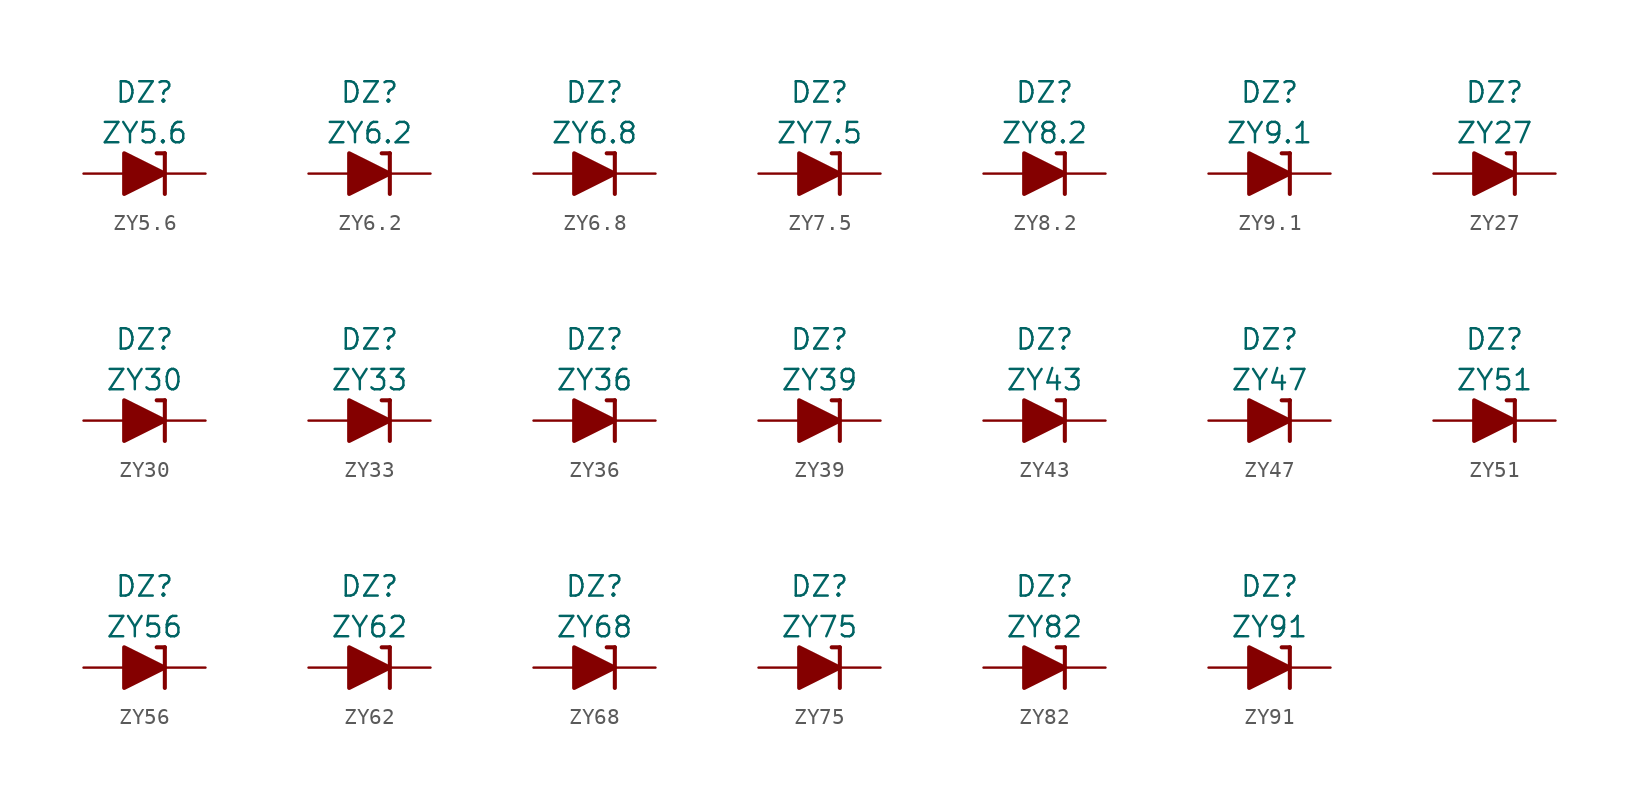
<source format=kicad_sym>
(kicad_symbol_lib
  (version 20201005)
  (generator kicad_symbol_editor)
  (symbol "Diode_Zener_AKL:ZY5.6"
    (pin_numbers hide)
    (pin_names
      (offset 1.016) hide)
    (property "Reference" "DZ"
      (at 0 5.08 0)
      (effects (font (size 1.27 1.27))))
    (property "Value" "ZY5.6"
      (at 0 2.54 0)
      (effects (font (size 1.27 1.27))))
    (symbol "ZY5.6_0_1"
      (polyline (pts (xy -1.27 0) (xy 1.27 0)) (stroke (width 0)) (fill (type none)))
      (polyline (pts (xy 1.27 1.27) (xy 0.762 1.27)) (stroke (width 0.254)) (fill (type none)))
      (polyline (pts (xy 1.27 1.27) (xy 1.27 -1.27)) (stroke (width 0.254)) (fill (type none)))
      (polyline (pts (xy -1.27 -1.27) (xy -1.27 1.27) (xy 1.27 0) (xy -1.27 -1.27)) (stroke (width 0.254)) (fill (type outline))))
    (symbol "ZY5.6_1_1"
      (pin passive line (at 3.81 0 180) (length 2.54) (name "K" (effects (font (size 1.27 1.27)))) (number "1" (effects (font (size 1.27 1.27)))))
      (pin passive line (at -3.81 0 0) (length 2.54) (name "A" (effects (font (size 1.27 1.27)))) (number "2" (effects (font (size 1.27 1.27)))))))
  (symbol "Diode_Zener_AKL:ZY6.2"
    (pin_numbers hide)
    (pin_names
      (offset 1.016) hide)
    (property "Reference" "DZ"
      (at 0 5.08 0)
      (effects (font (size 1.27 1.27))))
    (property "Value" "ZY6.2"
      (at 0 2.54 0)
      (effects (font (size 1.27 1.27))))
    (symbol "ZY6.2_0_1"
      (polyline (pts (xy -1.27 0) (xy 1.27 0)) (stroke (width 0)) (fill (type none)))
      (polyline (pts (xy 1.27 1.27) (xy 0.762 1.27)) (stroke (width 0.254)) (fill (type none)))
      (polyline (pts (xy 1.27 1.27) (xy 1.27 -1.27)) (stroke (width 0.254)) (fill (type none)))
      (polyline (pts (xy -1.27 -1.27) (xy -1.27 1.27) (xy 1.27 0) (xy -1.27 -1.27)) (stroke (width 0.254)) (fill (type outline))))
    (symbol "ZY6.2_1_1"
      (pin passive line (at 3.81 0 180) (length 2.54) (name "K" (effects (font (size 1.27 1.27)))) (number "1" (effects (font (size 1.27 1.27)))))
      (pin passive line (at -3.81 0 0) (length 2.54) (name "A" (effects (font (size 1.27 1.27)))) (number "2" (effects (font (size 1.27 1.27)))))))
  (symbol "Diode_Zener_AKL:ZY6.8"
    (pin_numbers hide)
    (pin_names
      (offset 1.016) hide)
    (property "Reference" "DZ"
      (at 0 5.08 0)
      (effects (font (size 1.27 1.27))))
    (property "Value" "ZY6.8"
      (at 0 2.54 0)
      (effects (font (size 1.27 1.27))))
    (symbol "ZY6.8_0_1"
      (polyline (pts (xy -1.27 0) (xy 1.27 0)) (stroke (width 0)) (fill (type none)))
      (polyline (pts (xy 1.27 1.27) (xy 0.762 1.27)) (stroke (width 0.254)) (fill (type none)))
      (polyline (pts (xy 1.27 1.27) (xy 1.27 -1.27)) (stroke (width 0.254)) (fill (type none)))
      (polyline (pts (xy -1.27 -1.27) (xy -1.27 1.27) (xy 1.27 0) (xy -1.27 -1.27)) (stroke (width 0.254)) (fill (type outline))))
    (symbol "ZY6.8_1_1"
      (pin passive line (at 3.81 0 180) (length 2.54) (name "K" (effects (font (size 1.27 1.27)))) (number "1" (effects (font (size 1.27 1.27)))))
      (pin passive line (at -3.81 0 0) (length 2.54) (name "A" (effects (font (size 1.27 1.27)))) (number "2" (effects (font (size 1.27 1.27)))))))
  (symbol "Diode_Zener_AKL:ZY7.5"
    (pin_numbers hide)
    (pin_names
      (offset 1.016) hide)
    (property "Reference" "DZ"
      (at 0 5.08 0)
      (effects (font (size 1.27 1.27))))
    (property "Value" "ZY7.5"
      (at 0 2.54 0)
      (effects (font (size 1.27 1.27))))
    (symbol "ZY7.5_0_1"
      (polyline (pts (xy -1.27 0) (xy 1.27 0)) (stroke (width 0)) (fill (type none)))
      (polyline (pts (xy 1.27 1.27) (xy 0.762 1.27)) (stroke (width 0.254)) (fill (type none)))
      (polyline (pts (xy 1.27 1.27) (xy 1.27 -1.27)) (stroke (width 0.254)) (fill (type none)))
      (polyline (pts (xy -1.27 -1.27) (xy -1.27 1.27) (xy 1.27 0) (xy -1.27 -1.27)) (stroke (width 0.254)) (fill (type outline))))
    (symbol "ZY7.5_1_1"
      (pin passive line (at 3.81 0 180) (length 2.54) (name "K" (effects (font (size 1.27 1.27)))) (number "1" (effects (font (size 1.27 1.27)))))
      (pin passive line (at -3.81 0 0) (length 2.54) (name "A" (effects (font (size 1.27 1.27)))) (number "2" (effects (font (size 1.27 1.27)))))))
  (symbol "Diode_Zener_AKL:ZY8.2"
    (pin_numbers hide)
    (pin_names
      (offset 1.016) hide)
    (property "Reference" "DZ"
      (at 0 5.08 0)
      (effects (font (size 1.27 1.27))))
    (property "Value" "ZY8.2"
      (at 0 2.54 0)
      (effects (font (size 1.27 1.27))))
    (symbol "ZY8.2_0_1"
      (polyline (pts (xy -1.27 0) (xy 1.27 0)) (stroke (width 0)) (fill (type none)))
      (polyline (pts (xy 1.27 1.27) (xy 0.762 1.27)) (stroke (width 0.254)) (fill (type none)))
      (polyline (pts (xy 1.27 1.27) (xy 1.27 -1.27)) (stroke (width 0.254)) (fill (type none)))
      (polyline (pts (xy -1.27 -1.27) (xy -1.27 1.27) (xy 1.27 0) (xy -1.27 -1.27)) (stroke (width 0.254)) (fill (type outline))))
    (symbol "ZY8.2_1_1"
      (pin passive line (at 3.81 0 180) (length 2.54) (name "K" (effects (font (size 1.27 1.27)))) (number "1" (effects (font (size 1.27 1.27)))))
      (pin passive line (at -3.81 0 0) (length 2.54) (name "A" (effects (font (size 1.27 1.27)))) (number "2" (effects (font (size 1.27 1.27)))))))
  (symbol "Diode_Zener_AKL:ZY9.1"
    (pin_numbers hide)
    (pin_names
      (offset 1.016) hide)
    (property "Reference" "DZ"
      (at 0 5.08 0)
      (effects (font (size 1.27 1.27))))
    (property "Value" "ZY9.1"
      (at 0 2.54 0)
      (effects (font (size 1.27 1.27))))
    (symbol "ZY9.1_0_1"
      (polyline (pts (xy -1.27 0) (xy 1.27 0)) (stroke (width 0)) (fill (type none)))
      (polyline (pts (xy 1.27 1.27) (xy 0.762 1.27)) (stroke (width 0.254)) (fill (type none)))
      (polyline (pts (xy 1.27 1.27) (xy 1.27 -1.27)) (stroke (width 0.254)) (fill (type none)))
      (polyline (pts (xy -1.27 -1.27) (xy -1.27 1.27) (xy 1.27 0) (xy -1.27 -1.27)) (stroke (width 0.254)) (fill (type outline))))
    (symbol "ZY9.1_1_1"
      (pin passive line (at 3.81 0 180) (length 2.54) (name "K" (effects (font (size 1.27 1.27)))) (number "1" (effects (font (size 1.27 1.27)))))
      (pin passive line (at -3.81 0 0) (length 2.54) (name "A" (effects (font (size 1.27 1.27)))) (number "2" (effects (font (size 1.27 1.27)))))))
  (symbol "Diode_Zener_AKL:ZY27"
    (pin_numbers hide)
    (pin_names
      (offset 1.016) hide)
    (property "Reference" "DZ"
      (at 0 5.08 0)
      (effects (font (size 1.27 1.27))))
    (property "Value" "ZY27"
      (at 0 2.54 0)
      (effects (font (size 1.27 1.27))))
    (symbol "ZY27_0_1"
      (polyline (pts (xy -1.27 0) (xy 1.27 0)) (stroke (width 0)) (fill (type none)))
      (polyline (pts (xy 1.27 1.27) (xy 0.762 1.27)) (stroke (width 0.254)) (fill (type none)))
      (polyline (pts (xy 1.27 1.27) (xy 1.27 -1.27)) (stroke (width 0.254)) (fill (type none)))
      (polyline (pts (xy -1.27 -1.27) (xy -1.27 1.27) (xy 1.27 0) (xy -1.27 -1.27)) (stroke (width 0.254)) (fill (type outline))))
    (symbol "ZY27_1_1"
      (pin passive line (at 3.81 0 180) (length 2.54) (name "K" (effects (font (size 1.27 1.27)))) (number "1" (effects (font (size 1.27 1.27)))))
      (pin passive line (at -3.81 0 0) (length 2.54) (name "A" (effects (font (size 1.27 1.27)))) (number "2" (effects (font (size 1.27 1.27)))))))
  (symbol "Diode_Zener_AKL:ZY30"
    (pin_numbers hide)
    (pin_names
      (offset 1.016) hide)
    (property "Reference" "DZ"
      (at 0 5.08 0)
      (effects (font (size 1.27 1.27))))
    (property "Value" "ZY30"
      (at 0 2.54 0)
      (effects (font (size 1.27 1.27))))
    (symbol "ZY30_0_1"
      (polyline (pts (xy -1.27 0) (xy 1.27 0)) (stroke (width 0)) (fill (type none)))
      (polyline (pts (xy 1.27 1.27) (xy 0.762 1.27)) (stroke (width 0.254)) (fill (type none)))
      (polyline (pts (xy 1.27 1.27) (xy 1.27 -1.27)) (stroke (width 0.254)) (fill (type none)))
      (polyline (pts (xy -1.27 -1.27) (xy -1.27 1.27) (xy 1.27 0) (xy -1.27 -1.27)) (stroke (width 0.254)) (fill (type outline))))
    (symbol "ZY30_1_1"
      (pin passive line (at 3.81 0 180) (length 2.54) (name "K" (effects (font (size 1.27 1.27)))) (number "1" (effects (font (size 1.27 1.27)))))
      (pin passive line (at -3.81 0 0) (length 2.54) (name "A" (effects (font (size 1.27 1.27)))) (number "2" (effects (font (size 1.27 1.27)))))))
  (symbol "Diode_Zener_AKL:ZY33"
    (pin_numbers hide)
    (pin_names
      (offset 1.016) hide)
    (property "Reference" "DZ"
      (at 0 5.08 0)
      (effects (font (size 1.27 1.27))))
    (property "Value" "ZY33"
      (at 0 2.54 0)
      (effects (font (size 1.27 1.27))))
    (symbol "ZY33_0_1"
      (polyline (pts (xy -1.27 0) (xy 1.27 0)) (stroke (width 0)) (fill (type none)))
      (polyline (pts (xy 1.27 1.27) (xy 0.762 1.27)) (stroke (width 0.254)) (fill (type none)))
      (polyline (pts (xy 1.27 1.27) (xy 1.27 -1.27)) (stroke (width 0.254)) (fill (type none)))
      (polyline (pts (xy -1.27 -1.27) (xy -1.27 1.27) (xy 1.27 0) (xy -1.27 -1.27)) (stroke (width 0.254)) (fill (type outline))))
    (symbol "ZY33_1_1"
      (pin passive line (at 3.81 0 180) (length 2.54) (name "K" (effects (font (size 1.27 1.27)))) (number "1" (effects (font (size 1.27 1.27)))))
      (pin passive line (at -3.81 0 0) (length 2.54) (name "A" (effects (font (size 1.27 1.27)))) (number "2" (effects (font (size 1.27 1.27)))))))
  (symbol "Diode_Zener_AKL:ZY36"
    (pin_numbers hide)
    (pin_names
      (offset 1.016) hide)
    (property "Reference" "DZ"
      (at 0 5.08 0)
      (effects (font (size 1.27 1.27))))
    (property "Value" "ZY36"
      (at 0 2.54 0)
      (effects (font (size 1.27 1.27))))
    (symbol "ZY36_0_1"
      (polyline (pts (xy -1.27 0) (xy 1.27 0)) (stroke (width 0)) (fill (type none)))
      (polyline (pts (xy 1.27 1.27) (xy 0.762 1.27)) (stroke (width 0.254)) (fill (type none)))
      (polyline (pts (xy 1.27 1.27) (xy 1.27 -1.27)) (stroke (width 0.254)) (fill (type none)))
      (polyline (pts (xy -1.27 -1.27) (xy -1.27 1.27) (xy 1.27 0) (xy -1.27 -1.27)) (stroke (width 0.254)) (fill (type outline))))
    (symbol "ZY36_1_1"
      (pin passive line (at 3.81 0 180) (length 2.54) (name "K" (effects (font (size 1.27 1.27)))) (number "1" (effects (font (size 1.27 1.27)))))
      (pin passive line (at -3.81 0 0) (length 2.54) (name "A" (effects (font (size 1.27 1.27)))) (number "2" (effects (font (size 1.27 1.27)))))))
  (symbol "Diode_Zener_AKL:ZY39"
    (pin_numbers hide)
    (pin_names
      (offset 1.016) hide)
    (property "Reference" "DZ"
      (at 0 5.08 0)
      (effects (font (size 1.27 1.27))))
    (property "Value" "ZY39"
      (at 0 2.54 0)
      (effects (font (size 1.27 1.27))))
    (symbol "ZY39_0_1"
      (polyline (pts (xy -1.27 0) (xy 1.27 0)) (stroke (width 0)) (fill (type none)))
      (polyline (pts (xy 1.27 1.27) (xy 0.762 1.27)) (stroke (width 0.254)) (fill (type none)))
      (polyline (pts (xy 1.27 1.27) (xy 1.27 -1.27)) (stroke (width 0.254)) (fill (type none)))
      (polyline (pts (xy -1.27 -1.27) (xy -1.27 1.27) (xy 1.27 0) (xy -1.27 -1.27)) (stroke (width 0.254)) (fill (type outline))))
    (symbol "ZY39_1_1"
      (pin passive line (at 3.81 0 180) (length 2.54) (name "K" (effects (font (size 1.27 1.27)))) (number "1" (effects (font (size 1.27 1.27)))))
      (pin passive line (at -3.81 0 0) (length 2.54) (name "A" (effects (font (size 1.27 1.27)))) (number "2" (effects (font (size 1.27 1.27)))))))
  (symbol "Diode_Zener_AKL:ZY43"
    (pin_numbers hide)
    (pin_names
      (offset 1.016) hide)
    (property "Reference" "DZ"
      (at 0 5.08 0)
      (effects (font (size 1.27 1.27))))
    (property "Value" "ZY43"
      (at 0 2.54 0)
      (effects (font (size 1.27 1.27))))
    (symbol "ZY43_0_1"
      (polyline (pts (xy -1.27 0) (xy 1.27 0)) (stroke (width 0)) (fill (type none)))
      (polyline (pts (xy 1.27 1.27) (xy 0.762 1.27)) (stroke (width 0.254)) (fill (type none)))
      (polyline (pts (xy 1.27 1.27) (xy 1.27 -1.27)) (stroke (width 0.254)) (fill (type none)))
      (polyline (pts (xy -1.27 -1.27) (xy -1.27 1.27) (xy 1.27 0) (xy -1.27 -1.27)) (stroke (width 0.254)) (fill (type outline))))
    (symbol "ZY43_1_1"
      (pin passive line (at 3.81 0 180) (length 2.54) (name "K" (effects (font (size 1.27 1.27)))) (number "1" (effects (font (size 1.27 1.27)))))
      (pin passive line (at -3.81 0 0) (length 2.54) (name "A" (effects (font (size 1.27 1.27)))) (number "2" (effects (font (size 1.27 1.27)))))))
  (symbol "Diode_Zener_AKL:ZY47"
    (pin_numbers hide)
    (pin_names
      (offset 1.016) hide)
    (property "Reference" "DZ"
      (at 0 5.08 0)
      (effects (font (size 1.27 1.27))))
    (property "Value" "ZY47"
      (at 0 2.54 0)
      (effects (font (size 1.27 1.27))))
    (symbol "ZY47_0_1"
      (polyline (pts (xy -1.27 0) (xy 1.27 0)) (stroke (width 0)) (fill (type none)))
      (polyline (pts (xy 1.27 1.27) (xy 0.762 1.27)) (stroke (width 0.254)) (fill (type none)))
      (polyline (pts (xy 1.27 1.27) (xy 1.27 -1.27)) (stroke (width 0.254)) (fill (type none)))
      (polyline (pts (xy -1.27 -1.27) (xy -1.27 1.27) (xy 1.27 0) (xy -1.27 -1.27)) (stroke (width 0.254)) (fill (type outline))))
    (symbol "ZY47_1_1"
      (pin passive line (at 3.81 0 180) (length 2.54) (name "K" (effects (font (size 1.27 1.27)))) (number "1" (effects (font (size 1.27 1.27)))))
      (pin passive line (at -3.81 0 0) (length 2.54) (name "A" (effects (font (size 1.27 1.27)))) (number "2" (effects (font (size 1.27 1.27)))))))
  (symbol "Diode_Zener_AKL:ZY51"
    (pin_numbers hide)
    (pin_names
      (offset 1.016) hide)
    (property "Reference" "DZ"
      (at 0 5.08 0)
      (effects (font (size 1.27 1.27))))
    (property "Value" "ZY51"
      (at 0 2.54 0)
      (effects (font (size 1.27 1.27))))
    (symbol "ZY51_0_1"
      (polyline (pts (xy -1.27 0) (xy 1.27 0)) (stroke (width 0)) (fill (type none)))
      (polyline (pts (xy 1.27 1.27) (xy 0.762 1.27)) (stroke (width 0.254)) (fill (type none)))
      (polyline (pts (xy 1.27 1.27) (xy 1.27 -1.27)) (stroke (width 0.254)) (fill (type none)))
      (polyline (pts (xy -1.27 -1.27) (xy -1.27 1.27) (xy 1.27 0) (xy -1.27 -1.27)) (stroke (width 0.254)) (fill (type outline))))
    (symbol "ZY51_1_1"
      (pin passive line (at 3.81 0 180) (length 2.54) (name "K" (effects (font (size 1.27 1.27)))) (number "1" (effects (font (size 1.27 1.27)))))
      (pin passive line (at -3.81 0 0) (length 2.54) (name "A" (effects (font (size 1.27 1.27)))) (number "2" (effects (font (size 1.27 1.27)))))))
  (symbol "Diode_Zener_AKL:ZY56"
    (pin_numbers hide)
    (pin_names
      (offset 1.016) hide)
    (property "Reference" "DZ"
      (at 0 5.08 0)
      (effects (font (size 1.27 1.27))))
    (property "Value" "ZY56"
      (at 0 2.54 0)
      (effects (font (size 1.27 1.27))))
    (symbol "ZY56_0_1"
      (polyline (pts (xy -1.27 0) (xy 1.27 0)) (stroke (width 0)) (fill (type none)))
      (polyline (pts (xy 1.27 1.27) (xy 0.762 1.27)) (stroke (width 0.254)) (fill (type none)))
      (polyline (pts (xy 1.27 1.27) (xy 1.27 -1.27)) (stroke (width 0.254)) (fill (type none)))
      (polyline (pts (xy -1.27 -1.27) (xy -1.27 1.27) (xy 1.27 0) (xy -1.27 -1.27)) (stroke (width 0.254)) (fill (type outline))))
    (symbol "ZY56_1_1"
      (pin passive line (at 3.81 0 180) (length 2.54) (name "K" (effects (font (size 1.27 1.27)))) (number "1" (effects (font (size 1.27 1.27)))))
      (pin passive line (at -3.81 0 0) (length 2.54) (name "A" (effects (font (size 1.27 1.27)))) (number "2" (effects (font (size 1.27 1.27)))))))
  (symbol "Diode_Zener_AKL:ZY62"
    (pin_numbers hide)
    (pin_names
      (offset 1.016) hide)
    (property "Reference" "DZ"
      (at 0 5.08 0)
      (effects (font (size 1.27 1.27))))
    (property "Value" "ZY62"
      (at 0 2.54 0)
      (effects (font (size 1.27 1.27))))
    (symbol "ZY62_0_1"
      (polyline (pts (xy -1.27 0) (xy 1.27 0)) (stroke (width 0)) (fill (type none)))
      (polyline (pts (xy 1.27 1.27) (xy 0.762 1.27)) (stroke (width 0.254)) (fill (type none)))
      (polyline (pts (xy 1.27 1.27) (xy 1.27 -1.27)) (stroke (width 0.254)) (fill (type none)))
      (polyline (pts (xy -1.27 -1.27) (xy -1.27 1.27) (xy 1.27 0) (xy -1.27 -1.27)) (stroke (width 0.254)) (fill (type outline))))
    (symbol "ZY62_1_1"
      (pin passive line (at 3.81 0 180) (length 2.54) (name "K" (effects (font (size 1.27 1.27)))) (number "1" (effects (font (size 1.27 1.27)))))
      (pin passive line (at -3.81 0 0) (length 2.54) (name "A" (effects (font (size 1.27 1.27)))) (number "2" (effects (font (size 1.27 1.27)))))))
  (symbol "Diode_Zener_AKL:ZY68"
    (pin_numbers hide)
    (pin_names
      (offset 1.016) hide)
    (property "Reference" "DZ"
      (at 0 5.08 0)
      (effects (font (size 1.27 1.27))))
    (property "Value" "ZY68"
      (at 0 2.54 0)
      (effects (font (size 1.27 1.27))))
    (symbol "ZY68_0_1"
      (polyline (pts (xy -1.27 0) (xy 1.27 0)) (stroke (width 0)) (fill (type none)))
      (polyline (pts (xy 1.27 1.27) (xy 0.762 1.27)) (stroke (width 0.254)) (fill (type none)))
      (polyline (pts (xy 1.27 1.27) (xy 1.27 -1.27)) (stroke (width 0.254)) (fill (type none)))
      (polyline (pts (xy -1.27 -1.27) (xy -1.27 1.27) (xy 1.27 0) (xy -1.27 -1.27)) (stroke (width 0.254)) (fill (type outline))))
    (symbol "ZY68_1_1"
      (pin passive line (at 3.81 0 180) (length 2.54) (name "K" (effects (font (size 1.27 1.27)))) (number "1" (effects (font (size 1.27 1.27)))))
      (pin passive line (at -3.81 0 0) (length 2.54) (name "A" (effects (font (size 1.27 1.27)))) (number "2" (effects (font (size 1.27 1.27)))))))
  (symbol "Diode_Zener_AKL:ZY75"
    (pin_numbers hide)
    (pin_names
      (offset 1.016) hide)
    (property "Reference" "DZ"
      (at 0 5.08 0)
      (effects (font (size 1.27 1.27))))
    (property "Value" "ZY75"
      (at 0 2.54 0)
      (effects (font (size 1.27 1.27))))
    (symbol "ZY75_0_1"
      (polyline (pts (xy -1.27 0) (xy 1.27 0)) (stroke (width 0)) (fill (type none)))
      (polyline (pts (xy 1.27 1.27) (xy 0.762 1.27)) (stroke (width 0.254)) (fill (type none)))
      (polyline (pts (xy 1.27 1.27) (xy 1.27 -1.27)) (stroke (width 0.254)) (fill (type none)))
      (polyline (pts (xy -1.27 -1.27) (xy -1.27 1.27) (xy 1.27 0) (xy -1.27 -1.27)) (stroke (width 0.254)) (fill (type outline))))
    (symbol "ZY75_1_1"
      (pin passive line (at 3.81 0 180) (length 2.54) (name "K" (effects (font (size 1.27 1.27)))) (number "1" (effects (font (size 1.27 1.27)))))
      (pin passive line (at -3.81 0 0) (length 2.54) (name "A" (effects (font (size 1.27 1.27)))) (number "2" (effects (font (size 1.27 1.27)))))))
  (symbol "Diode_Zener_AKL:ZY82"
    (pin_numbers hide)
    (pin_names
      (offset 1.016) hide)
    (property "Reference" "DZ"
      (at 0 5.08 0)
      (effects (font (size 1.27 1.27))))
    (property "Value" "ZY82"
      (at 0 2.54 0)
      (effects (font (size 1.27 1.27))))
    (symbol "ZY82_0_1"
      (polyline (pts (xy -1.27 0) (xy 1.27 0)) (stroke (width 0)) (fill (type none)))
      (polyline (pts (xy 1.27 1.27) (xy 0.762 1.27)) (stroke (width 0.254)) (fill (type none)))
      (polyline (pts (xy 1.27 1.27) (xy 1.27 -1.27)) (stroke (width 0.254)) (fill (type none)))
      (polyline (pts (xy -1.27 -1.27) (xy -1.27 1.27) (xy 1.27 0) (xy -1.27 -1.27)) (stroke (width 0.254)) (fill (type outline))))
    (symbol "ZY82_1_1"
      (pin passive line (at 3.81 0 180) (length 2.54) (name "K" (effects (font (size 1.27 1.27)))) (number "1" (effects (font (size 1.27 1.27)))))
      (pin passive line (at -3.81 0 0) (length 2.54) (name "A" (effects (font (size 1.27 1.27)))) (number "2" (effects (font (size 1.27 1.27)))))))
  (symbol "Diode_Zener_AKL:ZY91"
    (pin_numbers hide)
    (pin_names
      (offset 1.016) hide)
    (property "Reference" "DZ"
      (at 0 5.08 0)
      (effects (font (size 1.27 1.27))))
    (property "Value" "ZY91"
      (at 0 2.54 0)
      (effects (font (size 1.27 1.27))))
    (symbol "ZY91_0_1"
      (polyline (pts (xy -1.27 0) (xy 1.27 0)) (stroke (width 0)) (fill (type none)))
      (polyline (pts (xy 1.27 1.27) (xy 0.762 1.27)) (stroke (width 0.254)) (fill (type none)))
      (polyline (pts (xy 1.27 1.27) (xy 1.27 -1.27)) (stroke (width 0.254)) (fill (type none)))
      (polyline (pts (xy -1.27 -1.27) (xy -1.27 1.27) (xy 1.27 0) (xy -1.27 -1.27)) (stroke (width 0.254)) (fill (type outline))))
    (symbol "ZY91_1_1"
      (pin passive line (at 3.81 0 180) (length 2.54) (name "K" (effects (font (size 1.27 1.27)))) (number "1" (effects (font (size 1.27 1.27)))))
      (pin passive line (at -3.81 0 0) (length 2.54) (name "A" (effects (font (size 1.27 1.27)))) (number "2" (effects (font (size 1.27 1.27))))))))
</source>
